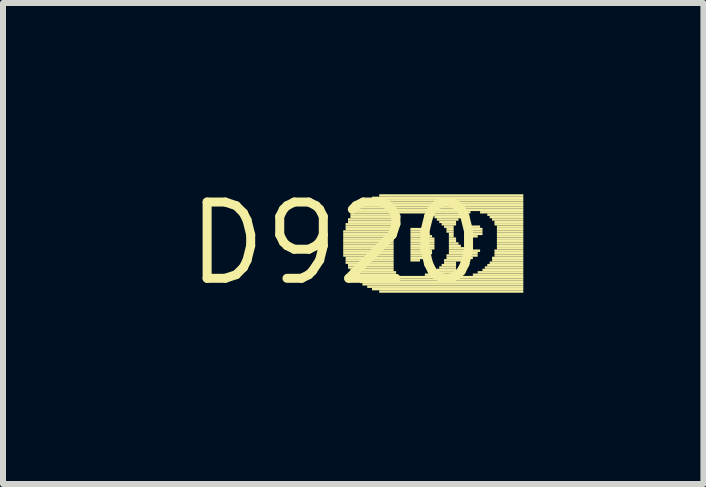
<source format=kicad_pcb>
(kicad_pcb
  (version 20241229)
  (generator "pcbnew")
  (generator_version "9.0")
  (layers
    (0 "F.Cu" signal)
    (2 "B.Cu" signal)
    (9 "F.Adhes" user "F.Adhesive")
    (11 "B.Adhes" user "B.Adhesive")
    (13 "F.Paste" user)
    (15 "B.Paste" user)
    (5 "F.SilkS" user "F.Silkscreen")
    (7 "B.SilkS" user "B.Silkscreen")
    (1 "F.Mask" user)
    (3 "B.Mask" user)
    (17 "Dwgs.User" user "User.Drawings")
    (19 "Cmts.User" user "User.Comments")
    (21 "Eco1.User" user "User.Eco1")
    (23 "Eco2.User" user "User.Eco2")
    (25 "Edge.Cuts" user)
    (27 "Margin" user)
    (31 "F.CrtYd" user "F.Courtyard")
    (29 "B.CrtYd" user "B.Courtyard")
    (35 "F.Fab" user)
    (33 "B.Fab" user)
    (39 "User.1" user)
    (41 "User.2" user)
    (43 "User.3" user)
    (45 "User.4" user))
  (footprint "D920"
    (layer "F.Cu")
    (at 2.547 1.006)
    (property "Reference" "D920" (at 0 0 0) (layer "F.SilkS") (effects (font (size 1.27 1.27) (thickness 0.15))))
    (fp_poly (pts (xy 0.12 -0.18) (xy 0.96 -0.18) (xy 0.96 -0.22) (xy 0.12 -0.22)) (stroke (width 0) (type default)) (fill yes) (layer "F.SilkS"))
    (fp_poly (pts (xy 0.12 -0.14) (xy 0.96 -0.14) (xy 0.96 -0.18) (xy 0.12 -0.18)) (stroke (width 0) (type default)) (fill yes) (layer "F.SilkS"))
    (fp_poly (pts (xy 0.12 -0.1) (xy 0.96 -0.1) (xy 0.96 -0.14) (xy 0.12 -0.14)) (stroke (width 0) (type default)) (fill yes) (layer "F.SilkS"))
    (fp_poly (pts (xy 0.12 -0.06) (xy 0.96 -0.06) (xy 0.96 -0.1) (xy 0.12 -0.1)) (stroke (width 0) (type default)) (fill yes) (layer "F.SilkS"))
    (fp_poly (pts (xy 0.12 -0.02) (xy 0.96 -0.02) (xy 0.96 -0.06) (xy 0.12 -0.06)) (stroke (width 0) (type default)) (fill yes) (layer "F.SilkS"))
    (fp_poly (pts (xy 0.12 0.02) (xy 0.96 0.02) (xy 0.96 -0.02) (xy 0.12 -0.02)) (stroke (width 0) (type default)) (fill yes) (layer "F.SilkS"))
    (fp_poly (pts (xy 0.12 0.06) (xy 0.96 0.06) (xy 0.96 0.02) (xy 0.12 0.02)) (stroke (width 0) (type default)) (fill yes) (layer "F.SilkS"))
    (fp_poly (pts (xy 0.12 0.1) (xy 0.96 0.1) (xy 0.96 0.06) (xy 0.12 0.06)) (stroke (width 0) (type default)) (fill yes) (layer "F.SilkS"))
    (fp_poly (pts (xy 0.12 0.14) (xy 0.96 0.14) (xy 0.96 0.1) (xy 0.12 0.1)) (stroke (width 0) (type default)) (fill yes) (layer "F.SilkS"))
    (fp_poly (pts (xy 0.12 0.18) (xy 0.96 0.18) (xy 0.96 0.14) (xy 0.12 0.14)) (stroke (width 0) (type default)) (fill yes) (layer "F.SilkS"))
    (fp_poly (pts (xy 0.12 0.22) (xy 0.96 0.22) (xy 0.96 0.18) (xy 0.12 0.18)) (stroke (width 0) (type default)) (fill yes) (layer "F.SilkS"))
    (fp_poly (pts (xy 0.16 -0.3) (xy 0.96 -0.3) (xy 0.96 -0.34) (xy 0.16 -0.34)) (stroke (width 0) (type default)) (fill yes) (layer "F.SilkS"))
    (fp_poly (pts (xy 0.16 -0.26) (xy 0.96 -0.26) (xy 0.96 -0.3) (xy 0.16 -0.3)) (stroke (width 0) (type default)) (fill yes) (layer "F.SilkS"))
    (fp_poly (pts (xy 0.16 -0.22) (xy 0.96 -0.22) (xy 0.96 -0.26) (xy 0.16 -0.26)) (stroke (width 0) (type default)) (fill yes) (layer "F.SilkS"))
    (fp_poly (pts (xy 0.16 0.26) (xy 0.96 0.26) (xy 0.96 0.22) (xy 0.16 0.22)) (stroke (width 0) (type default)) (fill yes) (layer "F.SilkS"))
    (fp_poly (pts (xy 0.16 0.3) (xy 0.96 0.3) (xy 0.96 0.26) (xy 0.16 0.26)) (stroke (width 0) (type default)) (fill yes) (layer "F.SilkS"))
    (fp_poly (pts (xy 0.16 0.34) (xy 0.96 0.34) (xy 0.96 0.3) (xy 0.16 0.3)) (stroke (width 0) (type default)) (fill yes) (layer "F.SilkS"))
    (fp_poly (pts (xy 0.2 -0.38) (xy 0.96 -0.38) (xy 0.96 -0.42) (xy 0.2 -0.42)) (stroke (width 0) (type default)) (fill yes) (layer "F.SilkS"))
    (fp_poly (pts (xy 0.2 -0.34) (xy 0.96 -0.34) (xy 0.96 -0.38) (xy 0.2 -0.38)) (stroke (width 0) (type default)) (fill yes) (layer "F.SilkS"))
    (fp_poly (pts (xy 0.2 0.38) (xy 0.96 0.38) (xy 0.96 0.34) (xy 0.2 0.34)) (stroke (width 0) (type default)) (fill yes) (layer "F.SilkS"))
    (fp_poly (pts (xy 0.2 0.42) (xy 0.96 0.42) (xy 0.96 0.38) (xy 0.2 0.38)) (stroke (width 0) (type default)) (fill yes) (layer "F.SilkS"))
    (fp_poly (pts (xy 0.24 -0.46) (xy 1 -0.46) (xy 1 -0.5) (xy 0.24 -0.5)) (stroke (width 0) (type default)) (fill yes) (layer "F.SilkS"))
    (fp_poly (pts (xy 0.24 -0.42) (xy 0.96 -0.42) (xy 0.96 -0.46) (xy 0.24 -0.46)) (stroke (width 0) (type default)) (fill yes) (layer "F.SilkS"))
    (fp_poly (pts (xy 0.24 0.46) (xy 0.96 0.46) (xy 0.96 0.42) (xy 0.24 0.42)) (stroke (width 0) (type default)) (fill yes) (layer "F.SilkS"))
    (fp_poly (pts (xy 0.24 0.5) (xy 1 0.5) (xy 1 0.46) (xy 0.24 0.46)) (stroke (width 0) (type default)) (fill yes) (layer "F.SilkS"))
    (fp_poly (pts (xy 0.28 -0.5) (xy 2.24 -0.5) (xy 2.24 -0.54) (xy 0.28 -0.54)) (stroke (width 0) (type default)) (fill yes) (layer "F.SilkS"))
    (fp_poly (pts (xy 0.28 0.54) (xy 1 0.54) (xy 1 0.5) (xy 0.28 0.5)) (stroke (width 0) (type default)) (fill yes) (layer "F.SilkS"))
    (fp_poly (pts (xy 0.32 -0.54) (xy 3.12 -0.54) (xy 3.12 -0.58) (xy 0.32 -0.58)) (stroke (width 0) (type default)) (fill yes) (layer "F.SilkS"))
    (fp_poly (pts (xy 0.32 0.58) (xy 3.12 0.58) (xy 3.12 0.54) (xy 0.32 0.54)) (stroke (width 0) (type default)) (fill yes) (layer "F.SilkS"))
    (fp_poly (pts (xy 0.36 -0.58) (xy 3.12 -0.58) (xy 3.12 -0.62) (xy 0.36 -0.62)) (stroke (width 0) (type default)) (fill yes) (layer "F.SilkS"))
    (fp_poly (pts (xy 0.36 0.62) (xy 3.12 0.62) (xy 3.12 0.58) (xy 0.36 0.58)) (stroke (width 0) (type default)) (fill yes) (layer "F.SilkS"))
    (fp_poly (pts (xy 0.4 -0.62) (xy 3.12 -0.62) (xy 3.12 -0.66) (xy 0.4 -0.66)) (stroke (width 0) (type default)) (fill yes) (layer "F.SilkS"))
    (fp_poly (pts (xy 0.4 0.66) (xy 3.12 0.66) (xy 3.12 0.62) (xy 0.4 0.62)) (stroke (width 0) (type default)) (fill yes) (layer "F.SilkS"))
    (fp_poly (pts (xy 0.44 -0.66) (xy 3.12 -0.66) (xy 3.12 -0.7) (xy 0.44 -0.7)) (stroke (width 0) (type default)) (fill yes) (layer "F.SilkS"))
    (fp_poly (pts (xy 0.44 0.7) (xy 3.12 0.7) (xy 3.12 0.66) (xy 0.44 0.66)) (stroke (width 0) (type default)) (fill yes) (layer "F.SilkS"))
    (fp_poly (pts (xy 0.52 -0.7) (xy 3.12 -0.7) (xy 3.12 -0.74) (xy 0.52 -0.74)) (stroke (width 0) (type default)) (fill yes) (layer "F.SilkS"))
    (fp_poly (pts (xy 0.52 0.74) (xy 3.12 0.74) (xy 3.12 0.7) (xy 0.52 0.7)) (stroke (width 0) (type default)) (fill yes) (layer "F.SilkS"))
    (fp_poly (pts (xy 0.6 -0.74) (xy 3.12 -0.74) (xy 3.12 -0.78) (xy 0.6 -0.78)) (stroke (width 0) (type default)) (fill yes) (layer "F.SilkS"))
    (fp_poly (pts (xy 0.6 0.78) (xy 3.12 0.78) (xy 3.12 0.74) (xy 0.6 0.74)) (stroke (width 0) (type default)) (fill yes) (layer "F.SilkS"))
    (fp_poly (pts (xy 0.72 -0.78) (xy 3.12 -0.78) (xy 3.12 -0.82) (xy 0.72 -0.82)) (stroke (width 0) (type default)) (fill yes) (layer "F.SilkS"))
    (fp_poly (pts (xy 0.72 0.82) (xy 3.12 0.82) (xy 3.12 0.78) (xy 0.72 0.78)) (stroke (width 0) (type default)) (fill yes) (layer "F.SilkS"))
    (fp_poly (pts (xy 1.24 -0.22) (xy 1.48 -0.22) (xy 1.48 -0.26) (xy 1.24 -0.26)) (stroke (width 0) (type default)) (fill yes) (layer "F.SilkS"))
    (fp_poly (pts (xy 1.24 -0.18) (xy 1.52 -0.18) (xy 1.52 -0.22) (xy 1.24 -0.22)) (stroke (width 0) (type default)) (fill yes) (layer "F.SilkS"))
    (fp_poly (pts (xy 1.24 -0.14) (xy 1.56 -0.14) (xy 1.56 -0.18) (xy 1.24 -0.18)) (stroke (width 0) (type default)) (fill yes) (layer "F.SilkS"))
    (fp_poly (pts (xy 1.24 -0.1) (xy 1.6 -0.1) (xy 1.6 -0.14) (xy 1.24 -0.14)) (stroke (width 0) (type default)) (fill yes) (layer "F.SilkS"))
    (fp_poly (pts (xy 1.24 -0.06) (xy 1.64 -0.06) (xy 1.64 -0.1) (xy 1.24 -0.1)) (stroke (width 0) (type default)) (fill yes) (layer "F.SilkS"))
    (fp_poly (pts (xy 1.24 -0.02) (xy 1.64 -0.02) (xy 1.64 -0.06) (xy 1.24 -0.06)) (stroke (width 0) (type default)) (fill yes) (layer "F.SilkS"))
    (fp_poly (pts (xy 1.24 0.02) (xy 1.64 0.02) (xy 1.64 -0.02) (xy 1.24 -0.02)) (stroke (width 0) (type default)) (fill yes) (layer "F.SilkS"))
    (fp_poly (pts (xy 1.24 0.06) (xy 1.64 0.06) (xy 1.64 0.02) (xy 1.24 0.02)) (stroke (width 0) (type default)) (fill yes) (layer "F.SilkS"))
    (fp_poly (pts (xy 1.24 0.1) (xy 1.64 0.1) (xy 1.64 0.06) (xy 1.24 0.06)) (stroke (width 0) (type default)) (fill yes) (layer "F.SilkS"))
    (fp_poly (pts (xy 1.24 0.14) (xy 1.6 0.14) (xy 1.6 0.1) (xy 1.24 0.1)) (stroke (width 0) (type default)) (fill yes) (layer "F.SilkS"))
    (fp_poly (pts (xy 1.24 0.18) (xy 1.6 0.18) (xy 1.6 0.14) (xy 1.24 0.14)) (stroke (width 0) (type default)) (fill yes) (layer "F.SilkS"))
    (fp_poly (pts (xy 1.24 0.22) (xy 1.56 0.22) (xy 1.56 0.18) (xy 1.24 0.18)) (stroke (width 0) (type default)) (fill yes) (layer "F.SilkS"))
    (fp_poly (pts (xy 1.24 0.26) (xy 1.52 0.26) (xy 1.52 0.22) (xy 1.24 0.22)) (stroke (width 0) (type default)) (fill yes) (layer "F.SilkS"))
    (fp_poly (pts (xy 1.24 0.3) (xy 1.4 0.3) (xy 1.4 0.26) (xy 1.24 0.26)) (stroke (width 0) (type default)) (fill yes) (layer "F.SilkS"))
    (fp_poly (pts (xy 1.48 0.54) (xy 2 0.54) (xy 2 0.5) (xy 1.48 0.5)) (stroke (width 0) (type default)) (fill yes) (layer "F.SilkS"))
    (fp_poly (pts (xy 1.56 -0.46) (xy 2.12 -0.46) (xy 2.12 -0.5) (xy 1.56 -0.5)) (stroke (width 0) (type default)) (fill yes) (layer "F.SilkS"))
    (fp_poly (pts (xy 1.6 0.5) (xy 2 0.5) (xy 2 0.46) (xy 1.6 0.46)) (stroke (width 0) (type default)) (fill yes) (layer "F.SilkS"))
    (fp_poly (pts (xy 1.64 -0.42) (xy 2.08 -0.42) (xy 2.08 -0.46) (xy 1.64 -0.46)) (stroke (width 0) (type default)) (fill yes) (layer "F.SilkS"))
    (fp_poly (pts (xy 1.68 -0.38) (xy 2.04 -0.38) (xy 2.04 -0.42) (xy 1.68 -0.42)) (stroke (width 0) (type default)) (fill yes) (layer "F.SilkS"))
    (fp_poly (pts (xy 1.68 0.46) (xy 2 0.46) (xy 2 0.42) (xy 1.68 0.42)) (stroke (width 0) (type default)) (fill yes) (layer "F.SilkS"))
    (fp_poly (pts (xy 1.72 -0.34) (xy 2 -0.34) (xy 2 -0.38) (xy 1.72 -0.38)) (stroke (width 0) (type default)) (fill yes) (layer "F.SilkS"))
    (fp_poly (pts (xy 1.72 0.42) (xy 2 0.42) (xy 2 0.38) (xy 1.72 0.38)) (stroke (width 0) (type default)) (fill yes) (layer "F.SilkS"))
    (fp_poly (pts (xy 1.76 -0.3) (xy 2 -0.3) (xy 2 -0.34) (xy 1.76 -0.34)) (stroke (width 0) (type default)) (fill yes) (layer "F.SilkS"))
    (fp_poly (pts (xy 1.76 0.38) (xy 2 0.38) (xy 2 0.34) (xy 1.76 0.34)) (stroke (width 0) (type default)) (fill yes) (layer "F.SilkS"))
    (fp_poly (pts (xy 1.8 -0.26) (xy 1.96 -0.26) (xy 1.96 -0.3) (xy 1.8 -0.3)) (stroke (width 0) (type default)) (fill yes) (layer "F.SilkS"))
    (fp_poly (pts (xy 1.8 0.3) (xy 2.2 0.3) (xy 2.2 0.26) (xy 1.8 0.26)) (stroke (width 0) (type default)) (fill yes) (layer "F.SilkS"))
    (fp_poly (pts (xy 1.8 0.34) (xy 2 0.34) (xy 2 0.3) (xy 1.8 0.3)) (stroke (width 0) (type default)) (fill yes) (layer "F.SilkS"))
    (fp_poly (pts (xy 1.84 -0.22) (xy 1.96 -0.22) (xy 1.96 -0.26) (xy 1.84 -0.26)) (stroke (width 0) (type default)) (fill yes) (layer "F.SilkS"))
    (fp_poly (pts (xy 1.84 -0.18) (xy 1.96 -0.18) (xy 1.96 -0.22) (xy 1.84 -0.22)) (stroke (width 0) (type default)) (fill yes) (layer "F.SilkS"))
    (fp_poly (pts (xy 1.84 0.22) (xy 2.36 0.22) (xy 2.36 0.18) (xy 1.84 0.18)) (stroke (width 0) (type default)) (fill yes) (layer "F.SilkS"))
    (fp_poly (pts (xy 1.84 0.26) (xy 2.28 0.26) (xy 2.28 0.22) (xy 1.84 0.22)) (stroke (width 0) (type default)) (fill yes) (layer "F.SilkS"))
    (fp_poly (pts (xy 1.88 -0.14) (xy 1.96 -0.14) (xy 1.96 -0.18) (xy 1.88 -0.18)) (stroke (width 0) (type default)) (fill yes) (layer "F.SilkS"))
    (fp_poly (pts (xy 1.88 -0.1) (xy 1.96 -0.1) (xy 1.96 -0.14) (xy 1.88 -0.14)) (stroke (width 0) (type default)) (fill yes) (layer "F.SilkS"))
    (fp_poly (pts (xy 1.88 -0.06) (xy 2 -0.06) (xy 2 -0.1) (xy 1.88 -0.1)) (stroke (width 0) (type default)) (fill yes) (layer "F.SilkS"))
    (fp_poly (pts (xy 1.88 -0.02) (xy 2 -0.02) (xy 2 -0.06) (xy 1.88 -0.06)) (stroke (width 0) (type default)) (fill yes) (layer "F.SilkS"))
    (fp_poly (pts (xy 1.88 0.02) (xy 2.04 0.02) (xy 2.04 -0.02) (xy 1.88 -0.02)) (stroke (width 0) (type default)) (fill yes) (layer "F.SilkS"))
    (fp_poly (pts (xy 1.88 0.06) (xy 2.08 0.06) (xy 2.08 0.02) (xy 1.88 0.02)) (stroke (width 0) (type default)) (fill yes) (layer "F.SilkS"))
    (fp_poly (pts (xy 1.88 0.1) (xy 2.16 0.1) (xy 2.16 0.06) (xy 1.88 0.06)) (stroke (width 0) (type default)) (fill yes) (layer "F.SilkS"))
    (fp_poly (pts (xy 1.88 0.14) (xy 2.4 0.14) (xy 2.4 0.1) (xy 1.88 0.1)) (stroke (width 0) (type default)) (fill yes) (layer "F.SilkS"))
    (fp_poly (pts (xy 1.88 0.18) (xy 2.36 0.18) (xy 2.36 0.14) (xy 1.88 0.14)) (stroke (width 0) (type default)) (fill yes) (layer "F.SilkS"))
    (fp_poly (pts (xy 2.2 -0.22) (xy 2.44 -0.22) (xy 2.44 -0.26) (xy 2.2 -0.26)) (stroke (width 0) (type default)) (fill yes) (layer "F.SilkS"))
    (fp_poly (pts (xy 2.2 -0.18) (xy 2.44 -0.18) (xy 2.44 -0.22) (xy 2.2 -0.22)) (stroke (width 0) (type default)) (fill yes) (layer "F.SilkS"))
    (fp_poly (pts (xy 2.2 -0.14) (xy 2.44 -0.14) (xy 2.44 -0.18) (xy 2.2 -0.18)) (stroke (width 0) (type default)) (fill yes) (layer "F.SilkS"))
    (fp_poly (pts (xy 2.24 -0.26) (xy 2.4 -0.26) (xy 2.4 -0.3) (xy 2.24 -0.3)) (stroke (width 0) (type default)) (fill yes) (layer "F.SilkS"))
    (fp_poly (pts (xy 2.24 -0.1) (xy 2.36 -0.1) (xy 2.36 -0.14) (xy 2.24 -0.14)) (stroke (width 0) (type default)) (fill yes) (layer "F.SilkS"))
    (fp_poly (pts (xy 2.28 0.54) (xy 3.12 0.54) (xy 3.12 0.5) (xy 2.28 0.5)) (stroke (width 0) (type default)) (fill yes) (layer "F.SilkS"))
    (fp_poly (pts (xy 2.36 0.5) (xy 3.12 0.5) (xy 3.12 0.46) (xy 2.36 0.46)) (stroke (width 0) (type default)) (fill yes) (layer "F.SilkS"))
    (fp_poly (pts (xy 2.4 -0.5) (xy 3.12 -0.5) (xy 3.12 -0.54) (xy 2.4 -0.54)) (stroke (width 0) (type default)) (fill yes) (layer "F.SilkS"))
    (fp_poly (pts (xy 2.44 0.46) (xy 3.12 0.46) (xy 3.12 0.42) (xy 2.44 0.42)) (stroke (width 0) (type default)) (fill yes) (layer "F.SilkS"))
    (fp_poly (pts (xy 2.48 0.42) (xy 3.12 0.42) (xy 3.12 0.38) (xy 2.48 0.38)) (stroke (width 0) (type default)) (fill yes) (layer "F.SilkS"))
    (fp_poly (pts (xy 2.52 -0.46) (xy 3.12 -0.46) (xy 3.12 -0.5) (xy 2.52 -0.5)) (stroke (width 0) (type default)) (fill yes) (layer "F.SilkS"))
    (fp_poly (pts (xy 2.52 0.38) (xy 3.12 0.38) (xy 3.12 0.34) (xy 2.52 0.34)) (stroke (width 0) (type default)) (fill yes) (layer "F.SilkS"))
    (fp_poly (pts (xy 2.56 -0.42) (xy 3.12 -0.42) (xy 3.12 -0.46) (xy 2.56 -0.46)) (stroke (width 0) (type default)) (fill yes) (layer "F.SilkS"))
    (fp_poly (pts (xy 2.56 0.34) (xy 3.12 0.34) (xy 3.12 0.3) (xy 2.56 0.3)) (stroke (width 0) (type default)) (fill yes) (layer "F.SilkS"))
    (fp_poly (pts (xy 2.6 -0.38) (xy 3.12 -0.38) (xy 3.12 -0.42) (xy 2.6 -0.42)) (stroke (width 0) (type default)) (fill yes) (layer "F.SilkS"))
    (fp_poly (pts (xy 2.6 0.26) (xy 3.12 0.26) (xy 3.12 0.22) (xy 2.6 0.22)) (stroke (width 0) (type default)) (fill yes) (layer "F.SilkS"))
    (fp_poly (pts (xy 2.6 0.3) (xy 3.12 0.3) (xy 3.12 0.26) (xy 2.6 0.26)) (stroke (width 0) (type default)) (fill yes) (layer "F.SilkS"))
    (fp_poly (pts (xy 2.64 -0.34) (xy 3.12 -0.34) (xy 3.12 -0.38) (xy 2.64 -0.38)) (stroke (width 0) (type default)) (fill yes) (layer "F.SilkS"))
    (fp_poly (pts (xy 2.64 -0.3) (xy 3.12 -0.3) (xy 3.12 -0.34) (xy 2.64 -0.34)) (stroke (width 0) (type default)) (fill yes) (layer "F.SilkS"))
    (fp_poly (pts (xy 2.64 0.14) (xy 3.12 0.14) (xy 3.12 0.1) (xy 2.64 0.1)) (stroke (width 0) (type default)) (fill yes) (layer "F.SilkS"))
    (fp_poly (pts (xy 2.64 0.18) (xy 3.12 0.18) (xy 3.12 0.14) (xy 2.64 0.14)) (stroke (width 0) (type default)) (fill yes) (layer "F.SilkS"))
    (fp_poly (pts (xy 2.64 0.22) (xy 3.12 0.22) (xy 3.12 0.18) (xy 2.64 0.18)) (stroke (width 0) (type default)) (fill yes) (layer "F.SilkS"))
    (fp_poly (pts (xy 2.68 -0.26) (xy 3.12 -0.26) (xy 3.12 -0.3) (xy 2.68 -0.3)) (stroke (width 0) (type default)) (fill yes) (layer "F.SilkS"))
    (fp_poly (pts (xy 2.68 -0.22) (xy 3.12 -0.22) (xy 3.12 -0.26) (xy 2.68 -0.26)) (stroke (width 0) (type default)) (fill yes) (layer "F.SilkS"))
    (fp_poly (pts (xy 2.68 -0.18) (xy 3.12 -0.18) (xy 3.12 -0.22) (xy 2.68 -0.22)) (stroke (width 0) (type default)) (fill yes) (layer "F.SilkS"))
    (fp_poly (pts (xy 2.68 -0.14) (xy 3.12 -0.14) (xy 3.12 -0.18) (xy 2.68 -0.18)) (stroke (width 0) (type default)) (fill yes) (layer "F.SilkS"))
    (fp_poly (pts (xy 2.68 -0.1) (xy 3.12 -0.1) (xy 3.12 -0.14) (xy 2.68 -0.14)) (stroke (width 0) (type default)) (fill yes) (layer "F.SilkS"))
    (fp_poly (pts (xy 2.68 -0.06) (xy 3.12 -0.06) (xy 3.12 -0.1) (xy 2.68 -0.1)) (stroke (width 0) (type default)) (fill yes) (layer "F.SilkS"))
    (fp_poly (pts (xy 2.68 -0.02) (xy 3.12 -0.02) (xy 3.12 -0.06) (xy 2.68 -0.06)) (stroke (width 0) (type default)) (fill yes) (layer "F.SilkS"))
    (fp_poly (pts (xy 2.68 0.02) (xy 3.12 0.02) (xy 3.12 -0.02) (xy 2.68 -0.02)) (stroke (width 0) (type default)) (fill yes) (layer "F.SilkS"))
    (fp_poly (pts (xy 2.68 0.06) (xy 3.12 0.06) (xy 3.12 0.02) (xy 2.68 0.02)) (stroke (width 0) (type default)) (fill yes) (layer "F.SilkS"))
    (fp_poly (pts (xy 2.68 0.1) (xy 3.12 0.1) (xy 3.12 0.06) (xy 2.68 0.06)) (stroke (width 0) (type default)) (fill yes) (layer "F.SilkS")))
  (gr_rect
    (start -3 -3)
    (end 8.667 5.012)
    (stroke (width 0.1) (type default))
    (fill no)
    (layer "Edge.Cuts")))
</source>
